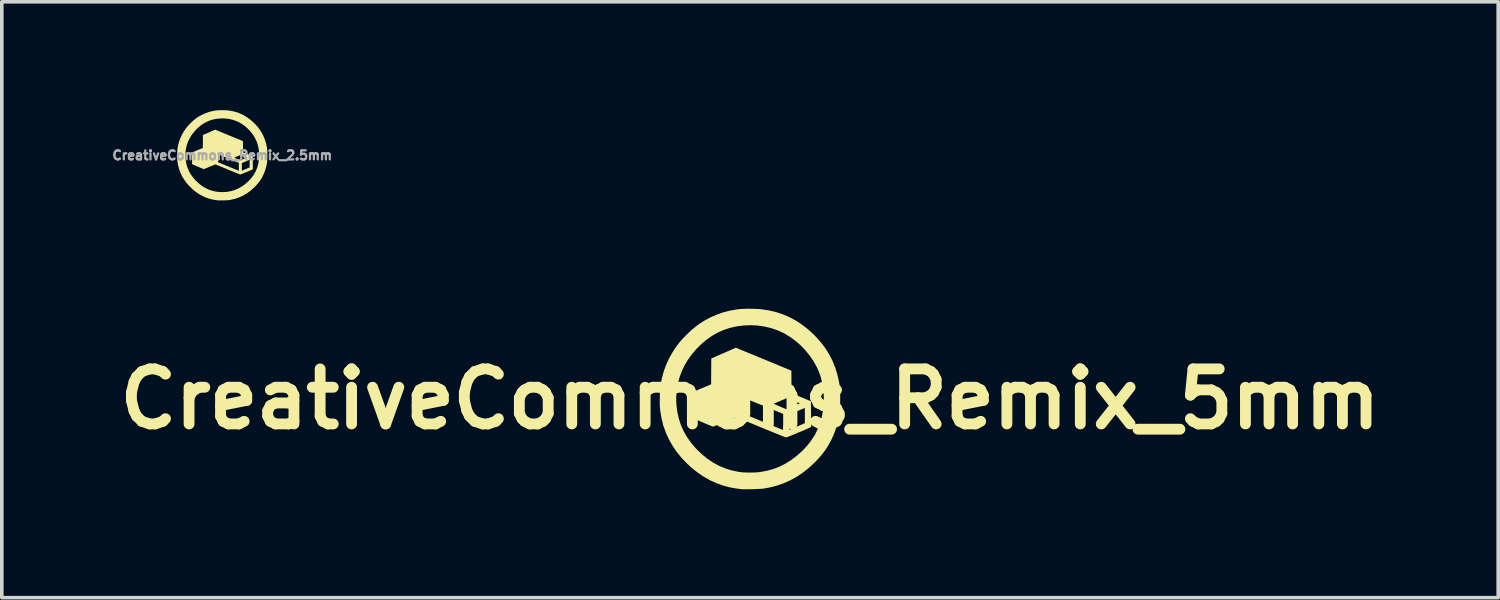
<source format=kicad_pcb>
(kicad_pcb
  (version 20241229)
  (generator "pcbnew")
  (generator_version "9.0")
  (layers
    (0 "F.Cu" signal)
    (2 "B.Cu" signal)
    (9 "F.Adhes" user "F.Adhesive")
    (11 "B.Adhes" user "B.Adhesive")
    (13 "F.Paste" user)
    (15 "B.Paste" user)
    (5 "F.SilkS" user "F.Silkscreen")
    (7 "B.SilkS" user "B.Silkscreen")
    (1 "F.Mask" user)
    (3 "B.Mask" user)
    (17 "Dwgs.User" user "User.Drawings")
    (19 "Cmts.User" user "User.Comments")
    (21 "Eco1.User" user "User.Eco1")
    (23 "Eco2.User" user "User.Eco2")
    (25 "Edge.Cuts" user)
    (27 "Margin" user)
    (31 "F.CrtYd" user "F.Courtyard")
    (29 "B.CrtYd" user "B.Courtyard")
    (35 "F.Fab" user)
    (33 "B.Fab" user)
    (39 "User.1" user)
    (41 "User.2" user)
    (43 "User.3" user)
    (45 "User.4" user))
  (footprint "CreativeCommons_Remix_2.5mm"
    (layer "F.Cu")
    (at 3.104 1.25)
    (property "Reference" "CreativeCommons_Remix_2.5mm" (at 0 0 0) (layer "F.Fab") (effects (font (size 0.25 0.25) (thickness 0.3))))
    (attr board_only exclude_from_pos_files exclude_from_bom)
    (fp_poly (pts (xy 0.572 -0.393) (xy 0.574 -0.237) (xy 0.575 -0.081) (xy 0.843 0.03) (xy 0.846 0.386) (xy 0.824 0.397) (xy 0.809 0.404) (xy 0.789 0.413) (xy 0.764 0.424) (xy 0.735 0.437) (xy 0.704 0.45) (xy 0.671 0.464) (xy 0.639 0.477) (xy 0.607 0.49) (xy 0.577 0.502) (xy 0.551 0.513) (xy 0.528 0.522) (xy 0.512 0.528) (xy 0.502 0.531) (xy 0.5 0.532) (xy 0.494 0.53) (xy 0.48 0.525) (xy 0.46 0.517) (xy 0.432 0.506) (xy 0.4 0.493) (xy 0.362 0.478) (xy 0.319 0.46) (xy 0.273 0.442) (xy 0.223 0.421) (xy 0.171 0.4) (xy 0.15 0.391) (xy -0.189 0.251) (xy -0.348 0.316) (xy -0.384 0.331) (xy -0.417 0.345) (xy -0.447 0.357) (xy -0.472 0.367) (xy -0.493 0.375) (xy -0.506 0.38) (xy -0.513 0.382) (xy -0.513 0.382) (xy -0.518 0.38) (xy -0.531 0.375) (xy -0.549 0.368) (xy -0.573 0.358) (xy -0.6 0.347) (xy -0.63 0.334) (xy -0.661 0.321) (xy -0.693 0.307) (xy -0.724 0.294) (xy -0.753 0.281) (xy -0.779 0.27) (xy -0.801 0.26) (xy -0.818 0.253) (xy -0.822 0.251) (xy -0.836 0.244) (xy -0.836 0.193) (xy -0.114 0.193) (xy 0.169 0.31) (xy 0.217 0.33) (xy 0.263 0.349) (xy 0.305 0.366) (xy 0.344 0.382) (xy 0.378 0.396) (xy 0.407 0.408) (xy 0.429 0.417) (xy 0.445 0.423) (xy 0.454 0.427) (xy 0.456 0.427) (xy 0.457 0.423) (xy 0.457 0.411) (xy 0.458 0.392) (xy 0.459 0.368) (xy 0.459 0.339) (xy 0.459 0.321) (xy 0.541 0.321) (xy 0.541 0.355) (xy 0.541 0.38) (xy 0.541 0.399) (xy 0.542 0.412) (xy 0.543 0.419) (xy 0.545 0.423) (xy 0.547 0.424) (xy 0.549 0.424) (xy 0.549 0.424) (xy 0.556 0.421) (xy 0.569 0.415) (xy 0.589 0.407) (xy 0.613 0.397) (xy 0.64 0.385) (xy 0.658 0.377) (xy 0.759 0.334) (xy 0.759 0.229) (xy 0.759 0.123) (xy 0.712 0.143) (xy 0.69 0.152) (xy 0.663 0.164) (xy 0.634 0.176) (xy 0.606 0.187) (xy 0.603 0.189) (xy 0.541 0.215) (xy 0.541 0.321) (xy 0.459 0.321) (xy 0.459 0.316) (xy 0.459 0.206) (xy 0.178 0.091) (xy 0.13 0.071) (xy 0.114 0.065) (xy 0.327 0.065) (xy 0.412 0.102) (xy 0.438 0.114) (xy 0.461 0.124) (xy 0.48 0.131) (xy 0.493 0.137) (xy 0.5 0.139) (xy 0.501 0.139) (xy 0.505 0.137) (xy 0.517 0.133) (xy 0.535 0.125) (xy 0.558 0.116) (xy 0.584 0.106) (xy 0.597 0.1) (xy 0.624 0.089) (xy 0.648 0.079) (xy 0.667 0.07) (xy 0.68 0.064) (xy 0.687 0.06) (xy 0.687 0.059) (xy 0.682 0.056) (xy 0.67 0.051) (xy 0.652 0.043) (xy 0.63 0.033) (xy 0.605 0.022) (xy 0.6 0.021) (xy 0.517 -0.015) (xy 0.487 -0.002) (xy 0.472 0.004) (xy 0.451 0.013) (xy 0.426 0.023) (xy 0.4 0.034) (xy 0.392 0.037) (xy 0.327 0.065) (xy 0.114 0.065) (xy 0.085 0.053) (xy 0.043 0.035) (xy 0.004 0.02) (xy -0.03 0.006) (xy -0.059 -0.006) (xy -0.082 -0.015) (xy -0.098 -0.022) (xy -0.107 -0.025) (xy -0.108 -0.026) (xy -0.11 -0.025) (xy -0.111 -0.019) (xy -0.112 -0.008) (xy -0.113 0.009) (xy -0.113 0.033) (xy -0.114 0.065) (xy -0.114 0.083) (xy -0.114 0.193) (xy -0.836 0.193) (xy -0.836 -0.08) (xy -0.688 -0.142) (xy -0.539 -0.204) (xy -0.537 -0.383) (xy -0.536 -0.561) (xy -0.428 -0.609) (xy -0.395 -0.623) (xy -0.36 -0.639) (xy -0.326 -0.654) (xy -0.295 -0.667) (xy -0.269 -0.679) (xy -0.258 -0.683) (xy -0.196 -0.71)) (stroke (width 0) (type solid)) (fill yes) (layer "F.SilkS"))
    (fp_poly (pts (xy 0.009 -1.25) (xy 0.052 -1.249) (xy 0.093 -1.248) (xy 0.13 -1.246) (xy 0.159 -1.243) (xy 0.263 -1.227) (xy 0.362 -1.203) (xy 0.458 -1.172) (xy 0.549 -1.132) (xy 0.637 -1.084) (xy 0.722 -1.028) (xy 0.804 -0.964) (xy 0.884 -0.891) (xy 0.912 -0.863) (xy 0.982 -0.784) (xy 1.043 -0.702) (xy 1.097 -0.617) (xy 1.142 -0.527) (xy 1.18 -0.433) (xy 1.211 -0.335) (xy 1.234 -0.231) (xy 1.242 -0.18) (xy 1.244 -0.157) (xy 1.246 -0.127) (xy 1.247 -0.092) (xy 1.248 -0.052) (xy 1.248 -0.01) (xy 1.248 0.033) (xy 1.247 0.074) (xy 1.246 0.113) (xy 1.244 0.148) (xy 1.242 0.177) (xy 1.24 0.195) (xy 1.221 0.295) (xy 1.196 0.388) (xy 1.165 0.476) (xy 1.128 0.56) (xy 1.087 0.636) (xy 1.052 0.692) (xy 1.014 0.744) (xy 0.972 0.795) (xy 0.925 0.848) (xy 0.896 0.877) (xy 0.815 0.952) (xy 0.732 1.018) (xy 0.646 1.076) (xy 0.557 1.125) (xy 0.464 1.166) (xy 0.367 1.2) (xy 0.265 1.225) (xy 0.19 1.239) (xy 0.175 1.241) (xy 0.153 1.243) (xy 0.125 1.244) (xy 0.093 1.246) (xy 0.059 1.247) (xy 0.024 1.248) (xy -0.011 1.249) (xy -0.043 1.249) (xy -0.072 1.249) (xy -0.097 1.249) (xy -0.114 1.248) (xy -0.123 1.247) (xy -0.132 1.246) (xy -0.148 1.244) (xy -0.167 1.241) (xy -0.175 1.241) (xy -0.273 1.224) (xy -0.37 1.199) (xy -0.465 1.165) (xy -0.557 1.122) (xy -0.646 1.072) (xy -0.733 1.013) (xy -0.815 0.946) (xy -0.872 0.893) (xy -0.948 0.814) (xy -1.015 0.731) (xy -1.074 0.645) (xy -1.125 0.555) (xy -1.167 0.462) (xy -1.2 0.366) (xy -1.226 0.266) (xy -1.243 0.162) (xy -1.246 0.135) (xy -1.248 0.108) (xy -1.249 0.075) (xy -1.249 0.037) (xy -1.249 -0.003) (xy -1.249 -0.022) (xy -1.022 -0.022) (xy -1.019 0.072) (xy -1.018 0.084) (xy -1.006 0.179) (xy -0.986 0.27) (xy -0.957 0.357) (xy -0.921 0.44) (xy -0.876 0.52) (xy -0.822 0.597) (xy -0.761 0.671) (xy -0.737 0.697) (xy -0.664 0.766) (xy -0.59 0.827) (xy -0.512 0.879) (xy -0.431 0.923) (xy -0.347 0.959) (xy -0.259 0.986) (xy -0.167 1.006) (xy -0.133 1.011) (xy -0.103 1.014) (xy -0.066 1.016) (xy -0.025 1.017) (xy 0.017 1.018) (xy 0.059 1.017) (xy 0.098 1.015) (xy 0.13 1.012) (xy 0.135 1.011) (xy 0.228 0.995) (xy 0.318 0.97) (xy 0.405 0.936) (xy 0.489 0.894) (xy 0.57 0.844) (xy 0.648 0.785) (xy 0.724 0.717) (xy 0.732 0.709) (xy 0.795 0.641) (xy 0.85 0.57) (xy 0.897 0.497) (xy 0.936 0.42) (xy 0.968 0.338) (xy 0.97 0.332) (xy 0.994 0.244) (xy 1.011 0.154) (xy 1.02 0.061) (xy 1.022 -0.031) (xy 1.015 -0.123) (xy 1.001 -0.214) (xy 0.98 -0.301) (xy 0.956 -0.37) (xy 0.921 -0.449) (xy 0.878 -0.527) (xy 0.827 -0.601) (xy 0.769 -0.672) (xy 0.706 -0.738) (xy 0.638 -0.799) (xy 0.565 -0.853) (xy 0.489 -0.9) (xy 0.452 -0.919) (xy 0.369 -0.956) (xy 0.282 -0.985) (xy 0.192 -1.005) (xy 0.1 -1.018) (xy 0.007 -1.022) (xy -0.087 -1.019) (xy -0.18 -1.007) (xy -0.273 -0.987) (xy -0.284 -0.984) (xy -0.367 -0.956) (xy -0.448 -0.919) (xy -0.527 -0.874) (xy -0.602 -0.822) (xy -0.674 -0.762) (xy -0.741 -0.695) (xy -0.804 -0.621) (xy -0.857 -0.547) (xy -0.905 -0.467) (xy -0.945 -0.383) (xy -0.977 -0.296) (xy -1.001 -0.207) (xy -1.016 -0.115) (xy -1.022 -0.022) (xy -1.249 -0.022) (xy -1.248 -0.045) (xy -1.247 -0.086) (xy -1.245 -0.123) (xy -1.243 -0.157) (xy -1.24 -0.184) (xy -1.239 -0.193) (xy -1.219 -0.293) (xy -1.193 -0.388) (xy -1.16 -0.477) (xy -1.12 -0.564) (xy -1.073 -0.647) (xy -1.05 -0.683) (xy -1.025 -0.72) (xy -1.001 -0.753) (xy -0.978 -0.783) (xy -0.953 -0.812) (xy -0.925 -0.842) (xy -0.893 -0.876) (xy -0.875 -0.893) (xy -0.814 -0.951) (xy -0.754 -1.002) (xy -0.693 -1.047) (xy -0.628 -1.087) (xy -0.559 -1.124) (xy -0.543 -1.132) (xy -0.457 -1.17) (xy -0.37 -1.2) (xy -0.281 -1.223) (xy -0.187 -1.24) (xy -0.141 -1.245) (xy -0.112 -1.248) (xy -0.075 -1.249) (xy -0.035 -1.25)) (stroke (width 0) (type solid)) (fill yes) (layer "F.SilkS")))
  (footprint "CreativeCommons_Remix_5mm"
    (layer "F.Cu")
    (at 17.715 7.998)
    (property "Reference" "CreativeCommons_Remix_5mm" (at 0 0 0) (layer "F.SilkS") (effects (font (size 1.524 1.524) (thickness 0.3))))
    (attr board_only exclude_from_pos_files exclude_from_bom)
    (fp_poly (pts (xy 0.376 -1.104) (xy 1.145 -0.786) (xy 1.147 -0.474) (xy 1.15 -0.162) (xy 1.686 0.06) (xy 1.689 0.416) (xy 1.691 0.772) (xy 1.648 0.794) (xy 1.619 0.808) (xy 1.578 0.826) (xy 1.528 0.848) (xy 1.47 0.873) (xy 1.408 0.9) (xy 1.343 0.927) (xy 1.277 0.954) (xy 1.214 0.98) (xy 1.154 1.005) (xy 1.101 1.026) (xy 1.057 1.043) (xy 1.024 1.055) (xy 1.003 1.062) (xy 0.999 1.063) (xy 0.987 1.06) (xy 0.96 1.05) (xy 0.919 1.034) (xy 0.865 1.012) (xy 0.799 0.986) (xy 0.723 0.955) (xy 0.638 0.921) (xy 0.546 0.883) (xy 0.447 0.843) (xy 0.343 0.8) (xy 0.299 0.782) (xy -0.379 0.501) (xy -0.696 0.632) (xy -0.767 0.662) (xy -0.834 0.689) (xy -0.894 0.713) (xy -0.945 0.734) (xy -0.985 0.749) (xy -1.013 0.76) (xy -1.026 0.764) (xy -1.026 0.764) (xy -1.037 0.76) (xy -1.062 0.75) (xy -1.099 0.735) (xy -1.145 0.716) (xy -1.2 0.693) (xy -1.26 0.668) (xy -1.322 0.641) (xy -1.386 0.614) (xy -1.448 0.588) (xy -1.506 0.562) (xy -1.558 0.54) (xy -1.602 0.52) (xy -1.635 0.505) (xy -1.643 0.501) (xy -1.673 0.488) (xy -1.673 0.387) (xy -0.227 0.387) (xy 0.339 0.621) (xy 0.435 0.66) (xy 0.526 0.698) (xy 0.611 0.732) (xy 0.688 0.764) (xy 0.756 0.792) (xy 0.813 0.815) (xy 0.859 0.834) (xy 0.891 0.847) (xy 0.908 0.853) (xy 0.911 0.854) (xy 0.913 0.846) (xy 0.915 0.821) (xy 0.916 0.784) (xy 0.917 0.735) (xy 0.918 0.679) (xy 0.918 0.642) (xy 1.082 0.642) (xy 1.082 0.709) (xy 1.082 0.76) (xy 1.083 0.798) (xy 1.084 0.823) (xy 1.086 0.839) (xy 1.089 0.846) (xy 1.093 0.849) (xy 1.099 0.847) (xy 1.099 0.847) (xy 1.112 0.842) (xy 1.139 0.831) (xy 1.177 0.814) (xy 1.225 0.794) (xy 1.279 0.771) (xy 1.317 0.755) (xy 1.518 0.668) (xy 1.518 0.457) (xy 1.518 0.246) (xy 1.425 0.285) (xy 1.38 0.304) (xy 1.325 0.327) (xy 1.267 0.352) (xy 1.212 0.375) (xy 1.207 0.377) (xy 1.082 0.43) (xy 1.082 0.642) (xy 0.918 0.642) (xy 0.918 0.633) (xy 0.918 0.411) (xy 0.357 0.182) (xy 0.261 0.143) (xy 0.229 0.13) (xy 0.654 0.13) (xy 0.825 0.205) (xy 0.876 0.227) (xy 0.922 0.247) (xy 0.96 0.263) (xy 0.987 0.274) (xy 1 0.278) (xy 1.001 0.279) (xy 1.011 0.275) (xy 1.035 0.265) (xy 1.071 0.251) (xy 1.116 0.232) (xy 1.168 0.211) (xy 1.194 0.2) (xy 1.248 0.178) (xy 1.295 0.158) (xy 1.333 0.14) (xy 1.36 0.127) (xy 1.374 0.119) (xy 1.375 0.118) (xy 1.365 0.112) (xy 1.341 0.101) (xy 1.305 0.086) (xy 1.26 0.066) (xy 1.21 0.045) (xy 1.201 0.041) (xy 1.033 -0.029) (xy 0.974 -0.005) (xy 0.943 0.008) (xy 0.901 0.025) (xy 0.852 0.046) (xy 0.801 0.068) (xy 0.784 0.075) (xy 0.654 0.13) (xy 0.229 0.13) (xy 0.17 0.106) (xy 0.085 0.071) (xy 0.008 0.039) (xy -0.06 0.012) (xy -0.118 -0.012) (xy -0.163 -0.031) (xy -0.196 -0.044) (xy -0.213 -0.051) (xy -0.216 -0.052) (xy -0.22 -0.05) (xy -0.222 -0.039) (xy -0.225 -0.017) (xy -0.226 0.018) (xy -0.227 0.066) (xy -0.227 0.13) (xy -0.227 0.165) (xy -0.227 0.387) (xy -1.673 0.387) (xy -1.673 -0.159) (xy -1.375 -0.283) (xy -1.077 -0.408) (xy -1.075 -0.765) (xy -1.072 -1.123) (xy -0.857 -1.217) (xy -0.789 -1.247) (xy -0.72 -1.277) (xy -0.652 -1.307) (xy -0.59 -1.334) (xy -0.538 -1.357) (xy -0.516 -1.366) (xy -0.392 -1.421)) (stroke (width 0) (type solid)) (fill yes) (layer "F.SilkS"))
    (fp_poly (pts (xy 0.017 -2.5) (xy 0.104 -2.498) (xy 0.186 -2.495) (xy 0.259 -2.491) (xy 0.318 -2.486) (xy 0.526 -2.454) (xy 0.725 -2.406) (xy 0.915 -2.343) (xy 1.098 -2.264) (xy 1.275 -2.169) (xy 1.444 -2.057) (xy 1.609 -1.928) (xy 1.768 -1.782) (xy 1.824 -1.725) (xy 1.963 -1.568) (xy 2.087 -1.405) (xy 2.194 -1.234) (xy 2.285 -1.055) (xy 2.361 -0.867) (xy 2.421 -0.669) (xy 2.467 -0.461) (xy 2.484 -0.359) (xy 2.488 -0.314) (xy 2.492 -0.255) (xy 2.494 -0.183) (xy 2.496 -0.104) (xy 2.496 -0.02) (xy 2.496 0.065) (xy 2.494 0.149) (xy 2.492 0.227) (xy 2.488 0.296) (xy 2.484 0.354) (xy 2.479 0.391) (xy 2.441 0.59) (xy 2.392 0.776) (xy 2.331 0.951) (xy 2.257 1.119) (xy 2.174 1.271) (xy 2.104 1.383) (xy 2.028 1.488) (xy 1.945 1.591) (xy 1.85 1.695) (xy 1.792 1.755) (xy 1.631 1.904) (xy 1.465 2.036) (xy 1.293 2.152) (xy 1.114 2.25) (xy 0.928 2.333) (xy 0.734 2.4) (xy 0.531 2.451) (xy 0.38 2.478) (xy 0.349 2.482) (xy 0.305 2.485) (xy 0.25 2.488) (xy 0.186 2.491) (xy 0.118 2.494) (xy 0.048 2.496) (xy -0.021 2.497) (xy -0.087 2.498) (xy -0.145 2.498) (xy -0.193 2.498) (xy -0.229 2.496) (xy -0.245 2.495) (xy -0.265 2.492) (xy -0.296 2.488) (xy -0.335 2.483) (xy -0.35 2.481) (xy -0.547 2.448) (xy -0.74 2.397) (xy -0.93 2.329) (xy -1.114 2.245) (xy -1.293 2.143) (xy -1.465 2.025) (xy -1.631 1.892) (xy -1.744 1.787) (xy -1.896 1.628) (xy -2.031 1.462) (xy -2.148 1.289) (xy -2.249 1.11) (xy -2.333 0.924) (xy -2.4 0.732) (xy -2.451 0.532) (xy -2.485 0.325) (xy -2.491 0.27) (xy -2.495 0.217) (xy -2.498 0.15) (xy -2.499 0.075) (xy -2.498 -0.007) (xy -2.498 -0.043) (xy -2.044 -0.043) (xy -2.039 0.144) (xy -2.037 0.168) (xy -2.012 0.358) (xy -1.972 0.54) (xy -1.915 0.714) (xy -1.842 0.881) (xy -1.752 1.041) (xy -1.645 1.194) (xy -1.521 1.343) (xy -1.474 1.393) (xy -1.329 1.532) (xy -1.179 1.654) (xy -1.024 1.758) (xy -0.862 1.846) (xy -0.694 1.917) (xy -0.518 1.973) (xy -0.334 2.012) (xy -0.266 2.022) (xy -0.205 2.029) (xy -0.132 2.033) (xy -0.05 2.035) (xy 0.035 2.035) (xy 0.118 2.033) (xy 0.195 2.029) (xy 0.26 2.024) (xy 0.27 2.022) (xy 0.457 1.989) (xy 0.637 1.94) (xy 0.811 1.873) (xy 0.978 1.789) (xy 1.14 1.688) (xy 1.296 1.57) (xy 1.447 1.435) (xy 1.464 1.418) (xy 1.591 1.282) (xy 1.7 1.141) (xy 1.794 0.994) (xy 1.872 0.839) (xy 1.936 0.676) (xy 1.94 0.664) (xy 1.989 0.488) (xy 2.022 0.307) (xy 2.041 0.123) (xy 2.043 -0.063) (xy 2.031 -0.247) (xy 2.003 -0.427) (xy 1.96 -0.602) (xy 1.913 -0.74) (xy 1.842 -0.898) (xy 1.755 -1.053) (xy 1.653 -1.202) (xy 1.538 -1.344) (xy 1.412 -1.476) (xy 1.275 -1.597) (xy 1.13 -1.706) (xy 0.978 -1.8) (xy 0.905 -1.839) (xy 0.738 -1.912) (xy 0.564 -1.969) (xy 0.384 -2.01) (xy 0.2 -2.036) (xy 0.013 -2.045) (xy -0.174 -2.037) (xy -0.361 -2.014) (xy -0.545 -1.973) (xy -0.567 -1.967) (xy -0.734 -1.911) (xy -0.897 -1.838) (xy -1.054 -1.748) (xy -1.204 -1.643) (xy -1.347 -1.523) (xy -1.482 -1.389) (xy -1.608 -1.242) (xy -1.715 -1.094) (xy -1.811 -0.935) (xy -1.891 -0.767) (xy -1.954 -0.593) (xy -2.001 -0.413) (xy -2.031 -0.23) (xy -2.044 -0.043) (xy -2.498 -0.043) (xy -2.497 -0.09) (xy -2.494 -0.171) (xy -2.491 -0.247) (xy -2.486 -0.314) (xy -2.481 -0.367) (xy -2.478 -0.385) (xy -2.438 -0.586) (xy -2.386 -0.775) (xy -2.32 -0.955) (xy -2.241 -1.127) (xy -2.146 -1.294) (xy -2.1 -1.365) (xy -2.05 -1.44) (xy -2.003 -1.505) (xy -1.956 -1.565) (xy -1.906 -1.624) (xy -1.85 -1.685) (xy -1.785 -1.752) (xy -1.751 -1.787) (xy -1.628 -1.903) (xy -1.508 -2.004) (xy -1.385 -2.094) (xy -1.257 -2.174) (xy -1.119 -2.249) (xy -1.086 -2.265) (xy -0.913 -2.34) (xy -0.74 -2.401) (xy -0.561 -2.447) (xy -0.375 -2.479) (xy -0.282 -2.491) (xy -0.223 -2.495) (xy -0.151 -2.498) (xy -0.069 -2.5)) (stroke (width 0) (type solid)) (fill yes) (layer "F.SilkS")))
  (gr_rect
    (start -3 -3)
    (end 38.429 13.497)
    (stroke (width 0.1) (type default))
    (fill no)
    (layer "Edge.Cuts")))
</source>
